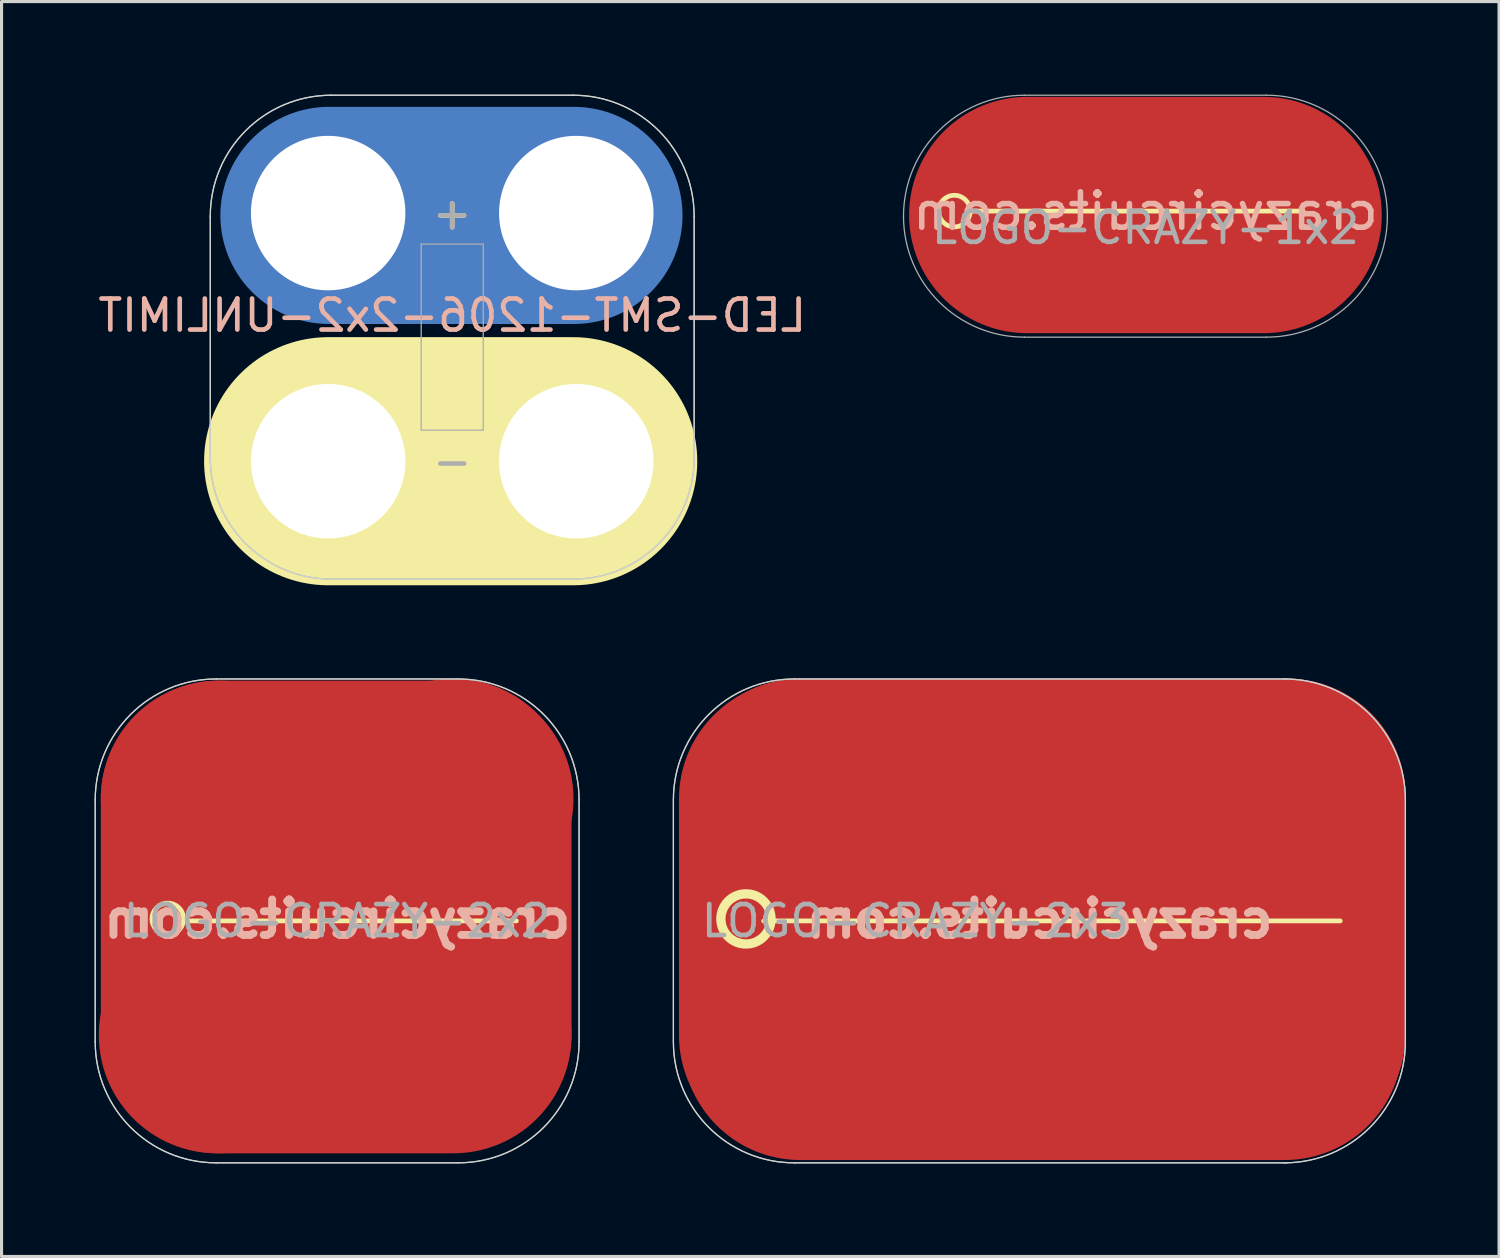
<source format=kicad_pcb>
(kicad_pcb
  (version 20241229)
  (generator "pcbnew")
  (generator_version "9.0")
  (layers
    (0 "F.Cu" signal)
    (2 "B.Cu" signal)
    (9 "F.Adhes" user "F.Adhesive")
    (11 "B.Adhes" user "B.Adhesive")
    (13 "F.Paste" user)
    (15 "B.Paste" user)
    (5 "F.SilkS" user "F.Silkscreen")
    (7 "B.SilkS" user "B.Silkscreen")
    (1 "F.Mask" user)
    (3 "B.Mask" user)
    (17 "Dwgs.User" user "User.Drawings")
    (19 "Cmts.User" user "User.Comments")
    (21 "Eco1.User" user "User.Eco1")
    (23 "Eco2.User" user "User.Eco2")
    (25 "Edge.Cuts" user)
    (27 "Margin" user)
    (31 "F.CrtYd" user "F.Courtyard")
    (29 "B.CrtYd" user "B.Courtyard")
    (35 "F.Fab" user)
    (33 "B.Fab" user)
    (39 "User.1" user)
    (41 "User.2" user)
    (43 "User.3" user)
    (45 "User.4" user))
  (footprint "LOGO-CRAZY-2x2"
    (layer "F.Cu")
    (at 7.82 26.641)
    (property "Reference" "LOGO-CRAZY-2x2" (at 0 0 0) (layer "F.Fab") (effects (font (size 1 1) (thickness 0.15))))
    (attr through_hole)
    (fp_line (start 2.857 -1.397) (end 3.937 -1.143) (stroke (width 0.152) (type solid)) (layer "F.Mask"))
    (fp_line (start 3.683 -0.191) (end 2.857 -1.397) (stroke (width 0.152) (type solid)) (layer "F.Mask"))
    (fp_line (start 3.747 -0.318) (end 3.111 -1.206) (stroke (width 0.254) (type solid)) (layer "F.Mask"))
    (fp_line (start 3.873 -2.54) (end 4.699 -1.016) (stroke (width 0.152) (type solid)) (layer "F.Mask"))
    (fp_line (start 3.937 -1.143) (end 3.873 -2.54) (stroke (width 0.152) (type solid)) (layer "F.Mask"))
    (fp_line (start 3.937 -0.318) (end 3.302 -1.206) (stroke (width 0.254) (type solid)) (layer "F.Mask"))
    (fp_line (start 4.064 -1.333) (end 4 -2.159) (stroke (width 0.254) (type solid)) (layer "F.Mask"))
    (fp_line (start 4.128 -0.318) (end 3.556 -1.143) (stroke (width 0.254) (type solid)) (layer "F.Mask"))
    (fp_line (start 4.255 -0.318) (end 3.81 -1.079) (stroke (width 0.254) (type solid)) (layer "F.Mask"))
    (fp_line (start 4.508 -0.318) (end 4.064 -1.143) (stroke (width 0.254) (type solid)) (layer "F.Mask"))
    (fp_line (start 4.699 -1.079) (end 5.779 -1.778) (stroke (width 0.152) (type solid)) (layer "F.Mask"))
    (fp_line (start 4.699 -0.318) (end 4.128 -1.397) (stroke (width 0.254) (type solid)) (layer "F.Mask"))
    (fp_line (start 4.889 -0.572) (end 5.461 -0.889) (stroke (width 0.152) (type solid)) (layer "F.Mask"))
    (fp_line (start 4.889 -0.318) (end 4 -2.032) (stroke (width 0.254) (type solid)) (layer "F.Mask"))
    (fp_line (start 4.953 -0.445) (end 5.715 -0.889) (stroke (width 0.152) (type solid)) (layer "F.Mask"))
    (fp_line (start 4.953 -0.318) (end 5.905 -0.889) (stroke (width 0.152) (type solid)) (layer "F.Mask"))
    (fp_line (start 5.08 -0.254) (end 6.223 -1.016) (stroke (width 0.152) (type solid)) (layer "F.Mask"))
    (fp_line (start 5.334 -0.318) (end 6.413 -1.079) (stroke (width 0.152) (type solid)) (layer "F.Mask"))
    (fp_line (start 5.461 -1.206) (end 4.826 -0.699) (stroke (width 0.152) (type solid)) (layer "F.Mask"))
    (fp_line (start 5.461 -1.079) (end 4.889 -0.572) (stroke (width 0.152) (type solid)) (layer "F.Mask"))
    (fp_line (start 5.461 -0.889) (end 4.953 -0.445) (stroke (width 0.152) (type solid)) (layer "F.Mask"))
    (fp_line (start 5.461 -0.889) (end 7.239 -1.333) (stroke (width 0.152) (type solid)) (layer "F.Mask"))
    (fp_line (start 5.461 -0.254) (end 6.795 -1.206) (stroke (width 0.152) (type solid)) (layer "F.Mask"))
    (fp_line (start 5.588 -1.524) (end 4.763 -0.953) (stroke (width 0.152) (type solid)) (layer "F.Mask"))
    (fp_line (start 5.588 -1.397) (end 4.763 -0.826) (stroke (width 0.152) (type solid)) (layer "F.Mask"))
    (fp_line (start 5.652 -0.191) (end 3.683 -0.191) (stroke (width 0.152) (type solid)) (layer "F.Mask"))
    (fp_line (start 5.715 -0.889) (end 4.953 -0.318) (stroke (width 0.152) (type solid)) (layer "F.Mask"))
    (fp_line (start 5.779 -1.778) (end 5.461 -0.889) (stroke (width 0.152) (type solid)) (layer "F.Mask"))
    (fp_line (start 5.905 -0.889) (end 5.08 -0.254) (stroke (width 0.152) (type solid)) (layer "F.Mask"))
    (fp_line (start 6.223 -1.016) (end 5.334 -0.318) (stroke (width 0.152) (type solid)) (layer "F.Mask"))
    (fp_line (start 6.413 -1.079) (end 5.461 -0.254) (stroke (width 0.152) (type solid)) (layer "F.Mask"))
    (fp_line (start 6.795 -1.206) (end 5.652 -0.254) (stroke (width 0.152) (type solid)) (layer "F.Mask"))
    (fp_line (start 7.239 -1.333) (end 5.652 -0.191) (stroke (width 0.152) (type solid)) (layer "F.Mask"))
    (fp_line (start -4.889 0) (end 5.779 0) (stroke (width 0.152) (type solid)) (layer "F.SilkS"))
    (fp_circle (center -5.461 -0.064) (end -5.124 0.318) (stroke (width 0.152) (type solid)) (fill no) (layer "F.SilkS"))
    (fp_line (start -7.8 3.9) (end -7.8 -3.9) (stroke (width 0.041) (type solid)) (layer "Edge.Cuts"))
    (fp_line (start 3.9 -7.8) (end -3.9 -7.8) (stroke (width 0.041) (type solid)) (layer "Edge.Cuts"))
    (fp_line (start 3.9 7.8) (end -3.9 7.8) (stroke (width 0.041) (type solid)) (layer "Edge.Cuts"))
    (fp_line (start 7.8 3.9) (end 7.8 -3.9) (stroke (width 0.041) (type solid)) (layer "Edge.Cuts"))
    (fp_arc (start -7.8 -3.9) (mid -6.657716 -6.657716) (end -3.9 -7.8) (stroke (width 0.04064) (type solid)) (layer "Edge.Cuts"))
    (fp_arc (start -3.9 7.8) (mid -6.657716 6.657716) (end -7.8 3.9) (stroke (width 0.04064) (type solid)) (layer "Edge.Cuts"))
    (fp_arc (start 3.9 -7.8) (mid 6.657716 -6.657716) (end 7.8 -3.9) (stroke (width 0.04064) (type solid)) (layer "Edge.Cuts"))
    (fp_arc (start 7.8 3.9) (mid 6.657716 6.657716) (end 3.9 7.8) (stroke (width 0.04064) (type solid)) (layer "Edge.Cuts"))
    (fp_line (start -7.8 3.9) (end -7.8 -3.9) (stroke (width 0.041) (type solid)) (layer "F.Fab"))
    (fp_line (start 3.9 -7.8) (end -3.9 -7.8) (stroke (width 0.041) (type solid)) (layer "F.Fab"))
    (fp_line (start 3.9 7.8) (end -3.9 7.8) (stroke (width 0.041) (type solid)) (layer "F.Fab"))
    (fp_line (start 7.8 3.9) (end 7.8 -3.9) (stroke (width 0.041) (type solid)) (layer "F.Fab"))
    (fp_arc (start -7.8 -3.9) (mid -6.657716 -6.657716) (end -3.9 -7.8) (stroke (width 0.04064) (type solid)) (layer "F.Fab"))
    (fp_arc (start -3.9 7.8) (mid -6.657716 6.657716) (end -7.8 3.9) (stroke (width 0.04064) (type solid)) (layer "F.Fab"))
    (fp_arc (start 3.9 -7.8) (mid 6.657716 -6.657716) (end 7.8 -3.9) (stroke (width 0.04064) (type solid)) (layer "F.Fab"))
    (fp_arc (start 7.8 3.9) (mid 6.657716 6.657716) (end 3.9 7.8) (stroke (width 0.04064) (type solid)) (layer "F.Fab"))
    (fp_text user "crazycircuits.com" (at 0 -0.064 0) (layer "B.SilkS") (effects (font (size 1.143 1.143) (thickness 0.254)) (justify mirror)))
    (pad "BG" smd oval (at -3.81 -0.127 90) (size 15.24 7.62) (layers "F.Cu"))
    (pad "BG" smd oval (at -0.064 3.683 180) (size 15.24 7.62) (layers "F.Cu"))
    (pad "BG" smd oval (at 0 -3.937) (size 15.24 7.62) (layers "F.Cu"))
    (pad "BG" smd oval (at 3.747 -0.191 270) (size 15.24 7.62) (layers "F.Cu")))
  (footprint "LED-SMT-1206-2x2-UNLIMIT"
    (layer "F.Cu")
    (at 7.53 11.82)
    (property "Reference" "LED-SMT-1206-2x2-UNLIMIT" (at 4 -4.7 0) (layer "B.SilkS") (effects (font (size 1 1) (thickness 0.15)) (justify mirror)))
    (attr through_hole)
    (fp_line (start 0 0) (end 7.9 0) (stroke (width 7) (type solid)) (layer "B.Cu"))
    (fp_line (start 0.025 -7.925) (end 7.925 -7.925) (stroke (width 7) (type solid)) (layer "B.Cu"))
    (fp_line (start 0 0) (end 7.9 0) (stroke (width 7) (type solid)) (layer "B.Mask"))
    (fp_line (start 0.025 -7.925) (end 7.925 -7.925) (stroke (width 7) (type solid)) (layer "B.Mask"))
    (fp_line (start 0 0) (end 7.9 0) (stroke (width 8) (type solid)) (layer "F.SilkS"))
    (fp_line (start -3.8 -0.1) (end -3.8 -7.9) (stroke (width 0.041) (type solid)) (layer "Edge.Cuts"))
    (fp_line (start 7.9 -11.8) (end 0.1 -11.8) (stroke (width 0.041) (type solid)) (layer "Edge.Cuts"))
    (fp_line (start 7.9 3.8) (end 0.1 3.8) (stroke (width 0.041) (type solid)) (layer "Edge.Cuts"))
    (fp_line (start 11.8 -0.1) (end 11.8 -7.9) (stroke (width 0.041) (type solid)) (layer "Edge.Cuts"))
    (fp_arc (start -3.8 -7.9) (mid -2.657716 -10.657716) (end 0.1 -11.8) (stroke (width 0.04064) (type solid)) (layer "Edge.Cuts"))
    (fp_arc (start 0.1 3.8) (mid -2.657716 2.657716) (end -3.8 -0.1) (stroke (width 0.04064) (type solid)) (layer "Edge.Cuts"))
    (fp_arc (start 7.9 -11.8) (mid 10.657716 -10.657716) (end 11.8 -7.9) (stroke (width 0.04064) (type solid)) (layer "Edge.Cuts"))
    (fp_arc (start 11.8 -0.1) (mid 10.657716 2.657716) (end 7.9 3.8) (stroke (width 0.04064) (type solid)) (layer "Edge.Cuts"))
    (fp_line (start -3.8 -0.1) (end -3.8 -7.9) (stroke (width 0.041) (type solid)) (layer "F.Fab"))
    (fp_line (start 3 -7) (end 5 -7) (stroke (width 0.041) (type solid)) (layer "F.Fab"))
    (fp_line (start 3 -1) (end 3 -7) (stroke (width 0.041) (type solid)) (layer "F.Fab"))
    (fp_line (start 5 -7) (end 5 -1) (stroke (width 0.041) (type solid)) (layer "F.Fab"))
    (fp_line (start 5 -1) (end 3 -1) (stroke (width 0.041) (type solid)) (layer "F.Fab"))
    (fp_line (start 7.9 -11.8) (end 0.1 -11.8) (stroke (width 0.041) (type solid)) (layer "F.Fab"))
    (fp_line (start 7.9 3.8) (end 0.1 3.8) (stroke (width 0.041) (type solid)) (layer "F.Fab"))
    (fp_line (start 11.8 -0.1) (end 11.8 -7.9) (stroke (width 0.041) (type solid)) (layer "F.Fab"))
    (fp_arc (start -3.8 -7.9) (mid -2.657716 -10.657716) (end 0.1 -11.8) (stroke (width 0.04064) (type solid)) (layer "F.Fab"))
    (fp_arc (start 0.1 3.8) (mid -2.657716 2.657716) (end -3.8 -0.1) (stroke (width 0.04064) (type solid)) (layer "F.Fab"))
    (fp_arc (start 7.9 -11.8) (mid 10.657716 -10.657716) (end 11.8 -7.9) (stroke (width 0.04064) (type solid)) (layer "F.Fab"))
    (fp_arc (start 11.8 -0.1) (mid 10.657716 2.657716) (end 7.9 3.8) (stroke (width 0.04064) (type solid)) (layer "F.Fab"))
    (fp_text user "+" (at 4 -8 0) (layer "F.SilkS") (effects (font (size 1 1) (thickness 0.15))))
    (fp_text user "-" (at 4 0 0) (layer "F.Fab") (effects (font (size 1 1) (thickness 0.15))))
    (fp_text user "+" (at 4 -8 0) (layer "F.Fab") (effects (font (size 1 1) (thickness 0.15))))
    (pad "1" thru_hole circle (at 0 -8) (size 6 6) (drill 4.98) (layers "*.Cu" "*.Mask"))
    (pad "1" smd rect (at 4 -5.71) (size 1.6 1.5) (layers "F.Cu" "F.Mask" "F.Paste"))
    (pad "1" thru_hole circle (at 8 -8) (size 6 6) (drill 4.98) (layers "*.Cu" "*.Mask"))
    (pad "2" thru_hole circle (at 0 0) (size 6 6) (drill 4.98) (layers "*.Cu" "*.Mask"))
    (pad "2" smd rect (at 4 -2.29) (size 1.6 1.5) (layers "F.Cu" "F.Mask" "F.Paste"))
    (pad "2" thru_hole circle (at 8 0) (size 6 6) (drill 4.98) (layers "*.Cu" "*.Mask")))
  (footprint "LOGO-CRAZY-2x3"
    (layer "F.Cu")
    (at 26.461 26.641)
    (property "Reference" "LOGO-CRAZY-2x3" (at 0 0 0) (layer "F.Fab") (effects (font (size 1 1) (thickness 0.15))))
    (attr through_hole)
    (fp_line (start 10 -2) (end 11.637 -1.243) (stroke (width 0.5) (type solid)) (layer "F.Mask"))
    (fp_line (start 11.2 -0.4) (end 10 -1.9) (stroke (width 0.5) (type solid)) (layer "F.Mask"))
    (fp_line (start 11.383 -0.29) (end 10.557 -1.497) (stroke (width 0.152) (type solid)) (layer "F.Mask"))
    (fp_line (start 11.6 -3.6) (end 12.399 -1.116) (stroke (width 0.5) (type solid)) (layer "F.Mask"))
    (fp_line (start 11.637 -1.243) (end 11.6 -3.5) (stroke (width 0.5) (type solid)) (layer "F.Mask"))
    (fp_line (start 11.637 -0.417) (end 11.002 -1.306) (stroke (width 0.5) (type solid)) (layer "F.Mask"))
    (fp_line (start 11.764 -1.433) (end 11.7 -2.259) (stroke (width 0.254) (type solid)) (layer "F.Mask"))
    (fp_line (start 11.828 -0.417) (end 11.256 -1.243) (stroke (width 0.254) (type solid)) (layer "F.Mask"))
    (fp_line (start 11.954 -0.417) (end 11.51 -1.179) (stroke (width 0.254) (type solid)) (layer "F.Mask"))
    (fp_line (start 12.209 -0.417) (end 11.764 -1.243) (stroke (width 0.254) (type solid)) (layer "F.Mask"))
    (fp_line (start 12.399 -1.179) (end 14 -2.5) (stroke (width 0.5) (type solid)) (layer "F.Mask"))
    (fp_line (start 12.399 -0.417) (end 11.828 -1.497) (stroke (width 0.254) (type solid)) (layer "F.Mask"))
    (fp_line (start 12.589 -0.671) (end 13.161 -0.989) (stroke (width 0.152) (type solid)) (layer "F.Mask"))
    (fp_line (start 12.589 -0.417) (end 11.7 -2.132) (stroke (width 0.254) (type solid)) (layer "F.Mask"))
    (fp_line (start 12.653 -0.544) (end 13.415 -0.989) (stroke (width 0.152) (type solid)) (layer "F.Mask"))
    (fp_line (start 12.653 -0.417) (end 13.605 -0.989) (stroke (width 0.152) (type solid)) (layer "F.Mask"))
    (fp_line (start 12.78 -0.354) (end 13.923 -1.116) (stroke (width 0.152) (type solid)) (layer "F.Mask"))
    (fp_line (start 13.034 -0.417) (end 14.114 -1.179) (stroke (width 0.152) (type solid)) (layer "F.Mask"))
    (fp_line (start 13.161 -1.306) (end 12.526 -0.798) (stroke (width 0.152) (type solid)) (layer "F.Mask"))
    (fp_line (start 13.161 -1.179) (end 12.589 -0.671) (stroke (width 0.152) (type solid)) (layer "F.Mask"))
    (fp_line (start 13.161 -0.989) (end 12.653 -0.544) (stroke (width 0.152) (type solid)) (layer "F.Mask"))
    (fp_line (start 13.161 -0.989) (end 14.939 -1.433) (stroke (width 0.5) (type solid)) (layer "F.Mask"))
    (fp_line (start 13.161 -0.354) (end 14.495 -1.306) (stroke (width 0.152) (type solid)) (layer "F.Mask"))
    (fp_line (start 13.288 -1.624) (end 12.463 -1.052) (stroke (width 0.152) (type solid)) (layer "F.Mask"))
    (fp_line (start 13.288 -1.497) (end 12.463 -0.925) (stroke (width 0.152) (type solid)) (layer "F.Mask"))
    (fp_line (start 13.415 -0.989) (end 12.653 -0.417) (stroke (width 0.152) (type solid)) (layer "F.Mask"))
    (fp_line (start 13.6 -0.4) (end 11.232 -0.4) (stroke (width 0.5) (type solid)) (layer "F.Mask"))
    (fp_line (start 13.605 -0.989) (end 12.78 -0.354) (stroke (width 0.152) (type solid)) (layer "F.Mask"))
    (fp_line (start 13.923 -1.116) (end 13.034 -0.417) (stroke (width 0.152) (type solid)) (layer "F.Mask"))
    (fp_line (start 14 -2.5) (end 13.161 -0.989) (stroke (width 0.5) (type solid)) (layer "F.Mask"))
    (fp_line (start 14.114 -1.179) (end 13.161 -0.354) (stroke (width 0.152) (type solid)) (layer "F.Mask"))
    (fp_line (start 14.939 -1.433) (end 13.351 -0.29) (stroke (width 0.152) (type solid)) (layer "F.Mask"))
    (fp_line (start 15 -1.4) (end 13.5 -0.4) (stroke (width 0.5) (type solid)) (layer "F.Mask"))
    (fp_line (start -4.889 0) (end 13.7 0) (stroke (width 0.152) (type solid)) (layer "F.SilkS"))
    (fp_circle (center -5.461 -0.064) (end -5 0.6) (stroke (width 0.3) (type solid)) (fill no) (layer "F.SilkS"))
    (fp_line (start -7.8 3.9) (end -7.8 -3.9) (stroke (width 0.041) (type solid)) (layer "Edge.Cuts"))
    (fp_line (start 11.9 -7.8) (end -3.9 -7.8) (stroke (width 0.041) (type solid)) (layer "Edge.Cuts"))
    (fp_line (start 11.9 7.8) (end -3.9 7.8) (stroke (width 0.041) (type solid)) (layer "Edge.Cuts"))
    (fp_line (start 15.8 3.9) (end 15.8 -3.9) (stroke (width 0.041) (type solid)) (layer "Edge.Cuts"))
    (fp_arc (start -7.8 -3.9) (mid -6.657716 -6.657716) (end -3.9 -7.8) (stroke (width 0.04064) (type solid)) (layer "Edge.Cuts"))
    (fp_arc (start -3.9 7.8) (mid -6.657716 6.657716) (end -7.8 3.9) (stroke (width 0.04064) (type solid)) (layer "Edge.Cuts"))
    (fp_arc (start 11.9 -7.8) (mid 14.657716 -6.657716) (end 15.8 -3.9) (stroke (width 0.04064) (type solid)) (layer "Edge.Cuts"))
    (fp_arc (start 15.8 3.9) (mid 14.657716 6.657716) (end 11.9 7.8) (stroke (width 0.04064) (type solid)) (layer "Edge.Cuts"))
    (fp_line (start -7.8 3.9) (end -7.8 -3.9) (stroke (width 0.041) (type solid)) (layer "F.Fab"))
    (fp_line (start 12 -7.8) (end -3.9 -7.8) (stroke (width 0.041) (type solid)) (layer "F.Fab"))
    (fp_line (start 12 7.8) (end -3.9 7.8) (stroke (width 0.041) (type solid)) (layer "F.Fab"))
    (fp_line (start 15.8 3.9) (end 15.8 -3.9) (stroke (width 0.041) (type solid)) (layer "F.Fab"))
    (fp_arc (start -7.8 -3.9) (mid -6.657716 -6.657716) (end -3.9 -7.8) (stroke (width 0.04064) (type solid)) (layer "F.Fab"))
    (fp_arc (start -3.9 7.8) (mid -6.657716 6.657716) (end -7.8 3.9) (stroke (width 0.04064) (type solid)) (layer "F.Fab"))
    (fp_arc (start 11.9 -7.8) (mid 14.657716 -6.657716) (end 15.8 -3.9) (stroke (width 0.04064) (type solid)) (layer "F.Fab"))
    (fp_arc (start 15.8 3.9) (mid 14.657716 6.657716) (end 11.9 7.8) (stroke (width 0.04064) (type solid)) (layer "F.Fab"))
    (fp_text user "crazycircuits.com" (at 4 -0.064 0) (layer "B.SilkS") (effects (font (size 1.143 1.143) (thickness 0.254)) (justify mirror)))
    (pad "BG" smd oval (at -3.81 -0.127 90) (size 15.24 7.62) (layers "F.Cu"))
    (pad "BG" smd oval (at 4.1 -4) (size 23.24 7.62) (layers "F.Cu"))
    (pad "BG" smd oval (at 4.1 0) (size 23.24 7.62) (layers "F.Cu"))
    (pad "BG" smd oval (at 4.1 3.9) (size 23.24 7.62) (layers "F.Cu"))
    (pad "BG" smd oval (at 12 -0.191 270) (size 15.24 7.62) (layers "F.Cu")))
  (footprint "LOGO-CRAZY-1x2"
    (layer "F.Cu")
    (at 33.88 7.82)
    (property "Reference" "LOGO-CRAZY-1x2" (at 0 -3.528 0) (layer "F.Fab") (effects (font (size 1 1) (thickness 0.15))))
    (attr through_hole)
    (fp_line (start 2.159 -5.461) (end 3.239 -5.207) (stroke (width 0.152) (type solid)) (layer "F.Mask"))
    (fp_line (start 2.985 -4.255) (end 2.159 -5.461) (stroke (width 0.152) (type solid)) (layer "F.Mask"))
    (fp_line (start 3.048 -4.381) (end 2.413 -5.271) (stroke (width 0.254) (type solid)) (layer "F.Mask"))
    (fp_line (start 3.175 -6.604) (end 4 -5.08) (stroke (width 0.152) (type solid)) (layer "F.Mask"))
    (fp_line (start 3.239 -5.207) (end 3.175 -6.604) (stroke (width 0.152) (type solid)) (layer "F.Mask"))
    (fp_line (start 3.239 -4.381) (end 2.603 -5.271) (stroke (width 0.254) (type solid)) (layer "F.Mask"))
    (fp_line (start 3.365 -5.397) (end 3.302 -6.223) (stroke (width 0.254) (type solid)) (layer "F.Mask"))
    (fp_line (start 3.429 -4.381) (end 2.857 -5.207) (stroke (width 0.254) (type solid)) (layer "F.Mask"))
    (fp_line (start 3.556 -4.381) (end 3.111 -5.144) (stroke (width 0.254) (type solid)) (layer "F.Mask"))
    (fp_line (start 3.81 -4.381) (end 3.365 -5.207) (stroke (width 0.254) (type solid)) (layer "F.Mask"))
    (fp_line (start 4 -5.144) (end 5.08 -5.842) (stroke (width 0.152) (type solid)) (layer "F.Mask"))
    (fp_line (start 4 -4.381) (end 3.429 -5.461) (stroke (width 0.254) (type solid)) (layer "F.Mask"))
    (fp_line (start 4.191 -4.636) (end 4.763 -4.953) (stroke (width 0.152) (type solid)) (layer "F.Mask"))
    (fp_line (start 4.191 -4.381) (end 3.302 -6.096) (stroke (width 0.254) (type solid)) (layer "F.Mask"))
    (fp_line (start 4.255 -4.508) (end 5.016 -4.953) (stroke (width 0.152) (type solid)) (layer "F.Mask"))
    (fp_line (start 4.255 -4.381) (end 5.207 -4.953) (stroke (width 0.152) (type solid)) (layer "F.Mask"))
    (fp_line (start 4.381 -4.318) (end 5.524 -5.08) (stroke (width 0.152) (type solid)) (layer "F.Mask"))
    (fp_line (start 4.636 -4.381) (end 5.715 -5.144) (stroke (width 0.152) (type solid)) (layer "F.Mask"))
    (fp_line (start 4.763 -5.271) (end 4.128 -4.763) (stroke (width 0.152) (type solid)) (layer "F.Mask"))
    (fp_line (start 4.763 -5.144) (end 4.191 -4.636) (stroke (width 0.152) (type solid)) (layer "F.Mask"))
    (fp_line (start 4.763 -4.953) (end 4.255 -4.508) (stroke (width 0.152) (type solid)) (layer "F.Mask"))
    (fp_line (start 4.763 -4.953) (end 6.54 -5.397) (stroke (width 0.152) (type solid)) (layer "F.Mask"))
    (fp_line (start 4.763 -4.318) (end 6.096 -5.271) (stroke (width 0.152) (type solid)) (layer "F.Mask"))
    (fp_line (start 4.889 -5.588) (end 4.064 -5.016) (stroke (width 0.152) (type solid)) (layer "F.Mask"))
    (fp_line (start 4.889 -5.461) (end 4.064 -4.889) (stroke (width 0.152) (type solid)) (layer "F.Mask"))
    (fp_line (start 4.953 -4.255) (end 2.985 -4.255) (stroke (width 0.152) (type solid)) (layer "F.Mask"))
    (fp_line (start 5.016 -4.953) (end 4.255 -4.381) (stroke (width 0.152) (type solid)) (layer "F.Mask"))
    (fp_line (start 5.08 -5.842) (end 4.763 -4.953) (stroke (width 0.152) (type solid)) (layer "F.Mask"))
    (fp_line (start 5.207 -4.953) (end 4.381 -4.318) (stroke (width 0.152) (type solid)) (layer "F.Mask"))
    (fp_line (start 5.524 -5.08) (end 4.636 -4.381) (stroke (width 0.152) (type solid)) (layer "F.Mask"))
    (fp_line (start 5.715 -5.144) (end 4.763 -4.318) (stroke (width 0.152) (type solid)) (layer "F.Mask"))
    (fp_line (start 6.096 -5.271) (end 4.953 -4.318) (stroke (width 0.152) (type solid)) (layer "F.Mask"))
    (fp_line (start 6.54 -5.397) (end 4.953 -4.255) (stroke (width 0.152) (type solid)) (layer "F.Mask"))
    (fp_line (start -5.588 -4.064) (end 5.08 -4.064) (stroke (width 0.152) (type solid)) (layer "F.SilkS"))
    (fp_circle (center -6.16 -4.064) (end -5.822 -3.683) (stroke (width 0.152) (type solid)) (fill no) (layer "F.SilkS"))
    (fp_line (start 3.9 -7.8) (end -3.9 -7.8) (stroke (width 0.041) (type solid)) (layer "F.Fab"))
    (fp_line (start 3.9 0) (end -3.9 0) (stroke (width 0.041) (type solid)) (layer "F.Fab"))
    (fp_arc (start -7.8 -3.9) (mid -6.657716 -6.657716) (end -3.9 -7.8) (stroke (width 0.04064) (type solid)) (layer "F.Fab"))
    (fp_arc (start -3.9 0) (mid -6.657716 -1.142284) (end -7.8 -3.9) (stroke (width 0.04064) (type solid)) (layer "F.Fab"))
    (fp_arc (start 3.9 -7.8) (mid 6.657716 -6.657716) (end 7.8 -3.9) (stroke (width 0.04064) (type solid)) (layer "F.Fab"))
    (fp_arc (start 7.8 -3.9) (mid 6.657716 -1.142284) (end 3.9 0) (stroke (width 0.04064) (type solid)) (layer "F.Fab"))
    (fp_text user "crazycircuits.com" (at 0 -4.064 0) (layer "B.SilkS") (effects (font (size 1.143 1.143) (thickness 0.178)) (justify mirror)))
    (pad "BG" smd oval (at 0 -3.937) (size 15.24 7.62) (layers "F.Cu")))
  (gr_rect
    (start -3 -3)
    (end 45.281 37.461)
    (stroke (width 0.1) (type default))
    (fill no)
    (layer "Edge.Cuts")))
</source>
